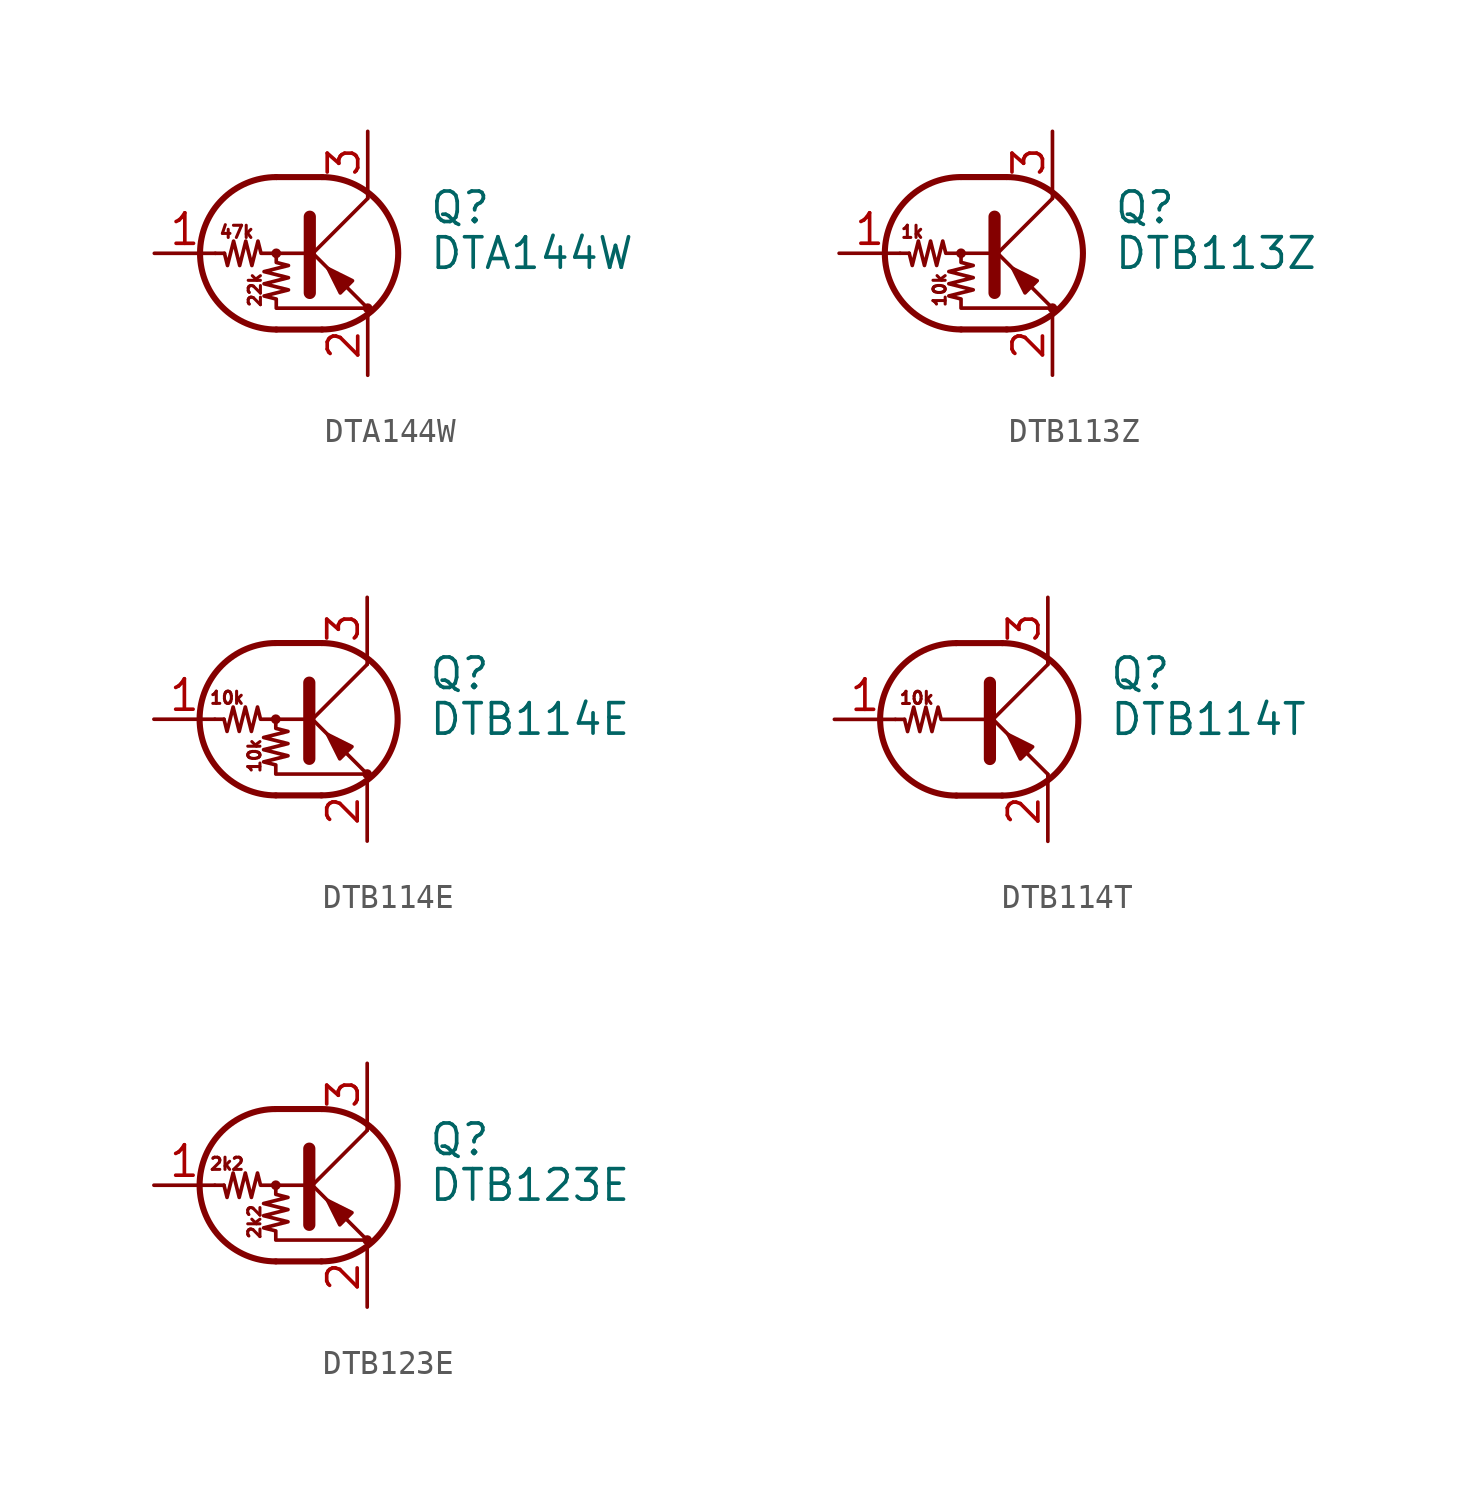
<source format=kicad_sym>
(kicad_symbol_lib
  (version 20201005)
  (generator kicad_symbol_editor)
  (symbol "Transistor_BJT:DTA144W"
    (pin_names
      (offset 0) hide)
    (property "Reference" "Q"
      (at 5.08 1.905 0)
      (effects (font (size 1.27 1.27)) (justify left)))
    (property "Value" "DTA144W"
      (at 5.08 0 0)
      (effects (font (size 1.27 1.27)) (justify left)))
    (symbol "DTA144W_0_0"
      (text "22k" (at -2.159 -1.524 900) (effects (font (size 0.508 0.508))))
      (text "47k" (at -2.921 0.889 0) (effects (font (size 0.508 0.508)))))
    (symbol "DTA144W_0_1"
      (arc (start -1.27 3.175) (end -1.27 -3.175) (radius (at -1.27 0) (length 3.175) (angles 90.1 -90.1)) (stroke (width 0.254)) (fill (type none)))
      (arc (start 0.635 -3.175) (end 0.635 3.175) (radius (at 0.635 0) (length 3.175) (angles -89.9 89.9)) (stroke (width 0.254)) (fill (type none)))
      (circle (center -1.27 0) (radius 0.127) (stroke (width 0)) (fill (type none)))
      (circle (center 2.54 -2.286) (radius 0.127) (stroke (width 0)) (fill (type none)))
      (polyline (pts (xy -3.429 0) (xy -3.81 0)) (stroke (width 0)) (fill (type none)))
      (polyline (pts (xy -1.27 -3.175) (xy 0.635 -3.175)) (stroke (width 0.254)) (fill (type none)))
      (polyline (pts (xy -1.27 3.175) (xy 0.635 3.175)) (stroke (width 0.254)) (fill (type none)))
      (polyline (pts (xy 0 -0.254) (xy 2.54 2.286)) (stroke (width 0)) (fill (type none)))
      (polyline (pts (xy 0.127 1.524) (xy 0.127 -1.651)) (stroke (width 0.508)) (fill (type outline)))
      (polyline (pts (xy 2.54 2.286) (xy 2.54 2.54)) (stroke (width 0)) (fill (type none)))
      (polyline (pts (xy 2.54 -2.286) (xy 0 0.254) (xy 0 0.254)) (stroke (width 0)) (fill (type none)))
      (polyline (pts (xy 1.397 -1.651) (xy 1.905 -1.143) (xy 0.889 -0.635) (xy 1.397 -1.651)) (stroke (width 0)) (fill (type outline)))
      (polyline (pts (xy 0 0) (xy -1.905 0) (xy -2.032 0.508) (xy -2.286 -0.508) (xy -2.54 0.508) (xy -2.794 -0.508) (xy -3.048 0.508) (xy -3.302 -0.508) (xy -3.429 0)) (stroke (width 0)) (fill (type none)))
      (polyline (pts (xy -1.27 0) (xy -1.27 -0.381) (xy -0.762 -0.508) (xy -1.778 -0.762) (xy -0.762 -1.016) (xy -1.778 -1.27) (xy -0.762 -1.524) (xy -1.778 -1.778) (xy -1.27 -1.905) (xy -1.27 -2.286) (xy 2.54 -2.286)) (stroke (width 0)) (fill (type none))))
    (symbol "DTA144W_1_1"
      (pin input line (at -6.35 0 0) (length 2.54) (name "B" (effects (font (size 1.27 1.27)))) (number "1" (effects (font (size 1.27 1.27)))))
      (pin passive line (at 2.54 -5.08 90) (length 2.54) (name "E" (effects (font (size 1.27 1.27)))) (number "2" (effects (font (size 1.27 1.27)))))
      (pin passive line (at 2.54 5.08 270) (length 2.54) (name "C" (effects (font (size 1.27 1.27)))) (number "3" (effects (font (size 1.27 1.27)))))))
  (symbol "Transistor_BJT:DTB113Z"
    (pin_names
      (offset 0) hide)
    (property "Reference" "Q"
      (at 5.08 1.905 0)
      (effects (font (size 1.27 1.27)) (justify left)))
    (property "Value" "DTB113Z"
      (at 5.08 0 0)
      (effects (font (size 1.27 1.27)) (justify left)))
    (symbol "DTB113Z_0_0"
      (text "10k" (at -2.159 -1.524 900) (effects (font (size 0.508 0.508))))
      (text "1k" (at -3.302 0.889 0) (effects (font (size 0.508 0.508)))))
    (symbol "DTB113Z_0_1"
      (arc (start -1.27 3.175) (end -1.27 -3.175) (radius (at -1.27 0) (length 3.175) (angles 90.1 -90.1)) (stroke (width 0.254)) (fill (type none)))
      (arc (start 0.635 -3.175) (end 0.635 3.175) (radius (at 0.635 0) (length 3.175) (angles -89.9 89.9)) (stroke (width 0.254)) (fill (type none)))
      (circle (center -1.27 0) (radius 0.127) (stroke (width 0)) (fill (type none)))
      (circle (center 2.54 -2.286) (radius 0.127) (stroke (width 0)) (fill (type none)))
      (polyline (pts (xy -3.429 0) (xy -3.81 0)) (stroke (width 0)) (fill (type none)))
      (polyline (pts (xy -1.27 -3.175) (xy 0.635 -3.175)) (stroke (width 0.254)) (fill (type none)))
      (polyline (pts (xy -1.27 3.175) (xy 0.635 3.175)) (stroke (width 0.254)) (fill (type none)))
      (polyline (pts (xy 0 -0.254) (xy 2.54 2.286)) (stroke (width 0)) (fill (type none)))
      (polyline (pts (xy 0.127 1.524) (xy 0.127 -1.651)) (stroke (width 0.508)) (fill (type outline)))
      (polyline (pts (xy 2.54 2.286) (xy 2.54 2.54)) (stroke (width 0)) (fill (type none)))
      (polyline (pts (xy 2.54 -2.286) (xy 0 0.254) (xy 0 0.254)) (stroke (width 0)) (fill (type none)))
      (polyline (pts (xy 1.397 -1.651) (xy 1.905 -1.143) (xy 0.889 -0.635) (xy 1.397 -1.651)) (stroke (width 0)) (fill (type outline)))
      (polyline (pts (xy 0 0) (xy -1.905 0) (xy -2.032 0.508) (xy -2.286 -0.508) (xy -2.54 0.508) (xy -2.794 -0.508) (xy -3.048 0.508) (xy -3.302 -0.508) (xy -3.429 0)) (stroke (width 0)) (fill (type none)))
      (polyline (pts (xy -1.27 0) (xy -1.27 -0.381) (xy -0.762 -0.508) (xy -1.778 -0.762) (xy -0.762 -1.016) (xy -1.778 -1.27) (xy -0.762 -1.524) (xy -1.778 -1.778) (xy -1.27 -1.905) (xy -1.27 -2.286) (xy 2.54 -2.286)) (stroke (width 0)) (fill (type none))))
    (symbol "DTB113Z_1_1"
      (pin input line (at -6.35 0 0) (length 2.54) (name "B" (effects (font (size 1.27 1.27)))) (number "1" (effects (font (size 1.27 1.27)))))
      (pin passive line (at 2.54 -5.08 90) (length 2.54) (name "E" (effects (font (size 1.27 1.27)))) (number "2" (effects (font (size 1.27 1.27)))))
      (pin passive line (at 2.54 5.08 270) (length 2.54) (name "C" (effects (font (size 1.27 1.27)))) (number "3" (effects (font (size 1.27 1.27)))))))
  (symbol "Transistor_BJT:DTB114E"
    (pin_names
      (offset 0) hide)
    (property "Reference" "Q"
      (at 5.08 1.905 0)
      (effects (font (size 1.27 1.27)) (justify left)))
    (property "Value" "DTB114E"
      (at 5.08 0 0)
      (effects (font (size 1.27 1.27)) (justify left)))
    (symbol "DTB114E_0_0"
      (text "10k" (at -3.302 0.889 0) (effects (font (size 0.508 0.508))))
      (text "10k" (at -2.159 -1.524 900) (effects (font (size 0.508 0.508)))))
    (symbol "DTB114E_0_1"
      (arc (start -1.27 3.175) (end -1.27 -3.175) (radius (at -1.27 0) (length 3.175) (angles 90.1 -90.1)) (stroke (width 0.254)) (fill (type none)))
      (arc (start 0.635 -3.175) (end 0.635 3.175) (radius (at 0.635 0) (length 3.175) (angles -89.9 89.9)) (stroke (width 0.254)) (fill (type none)))
      (circle (center -1.27 0) (radius 0.127) (stroke (width 0)) (fill (type none)))
      (circle (center 2.54 -2.286) (radius 0.127) (stroke (width 0)) (fill (type none)))
      (polyline (pts (xy -3.429 0) (xy -3.81 0)) (stroke (width 0)) (fill (type none)))
      (polyline (pts (xy -1.27 -3.175) (xy 0.635 -3.175)) (stroke (width 0.254)) (fill (type none)))
      (polyline (pts (xy -1.27 3.175) (xy 0.635 3.175)) (stroke (width 0.254)) (fill (type none)))
      (polyline (pts (xy 0 -0.254) (xy 2.54 2.286)) (stroke (width 0)) (fill (type none)))
      (polyline (pts (xy 0.127 1.524) (xy 0.127 -1.651)) (stroke (width 0.508)) (fill (type outline)))
      (polyline (pts (xy 2.54 2.286) (xy 2.54 2.54)) (stroke (width 0)) (fill (type none)))
      (polyline (pts (xy 2.54 -2.286) (xy 0 0.254) (xy 0 0.254)) (stroke (width 0)) (fill (type none)))
      (polyline (pts (xy 1.397 -1.651) (xy 1.905 -1.143) (xy 0.889 -0.635) (xy 1.397 -1.651)) (stroke (width 0)) (fill (type outline)))
      (polyline (pts (xy 0 0) (xy -1.905 0) (xy -2.032 0.508) (xy -2.286 -0.508) (xy -2.54 0.508) (xy -2.794 -0.508) (xy -3.048 0.508) (xy -3.302 -0.508) (xy -3.429 0)) (stroke (width 0)) (fill (type none)))
      (polyline (pts (xy -1.27 0) (xy -1.27 -0.381) (xy -0.762 -0.508) (xy -1.778 -0.762) (xy -0.762 -1.016) (xy -1.778 -1.27) (xy -0.762 -1.524) (xy -1.778 -1.778) (xy -1.27 -1.905) (xy -1.27 -2.286) (xy 2.54 -2.286)) (stroke (width 0)) (fill (type none))))
    (symbol "DTB114E_1_1"
      (pin input line (at -6.35 0 0) (length 2.54) (name "B" (effects (font (size 1.27 1.27)))) (number "1" (effects (font (size 1.27 1.27)))))
      (pin passive line (at 2.54 -5.08 90) (length 2.54) (name "E" (effects (font (size 1.27 1.27)))) (number "2" (effects (font (size 1.27 1.27)))))
      (pin passive line (at 2.54 5.08 270) (length 2.54) (name "C" (effects (font (size 1.27 1.27)))) (number "3" (effects (font (size 1.27 1.27)))))))
  (symbol "Transistor_BJT:DTB114T"
    (pin_names
      (offset 0) hide)
    (property "Reference" "Q"
      (at 5.08 1.905 0)
      (effects (font (size 1.27 1.27)) (justify left)))
    (property "Value" "DTB114T"
      (at 5.08 0 0)
      (effects (font (size 1.27 1.27)) (justify left)))
    (symbol "DTB114T_0_0"
      (text "10k" (at -2.921 0.889 0) (effects (font (size 0.508 0.508))))
      (polyline (pts (xy 2.54 -2.286) (xy 2.54 -2.54)) (stroke (width 0)) (fill (type none))))
    (symbol "DTB114T_0_1"
      (arc (start -1.27 3.175) (end -1.27 -3.175) (radius (at -1.27 0) (length 3.175) (angles 90.1 -90.1)) (stroke (width 0.254)) (fill (type none)))
      (arc (start 0.635 -3.175) (end 0.635 3.175) (radius (at 0.635 0) (length 3.175) (angles -89.9 89.9)) (stroke (width 0.254)) (fill (type none)))
      (polyline (pts (xy -3.429 0) (xy -3.81 0)) (stroke (width 0)) (fill (type none)))
      (polyline (pts (xy -1.27 -3.175) (xy 0.635 -3.175)) (stroke (width 0.254)) (fill (type none)))
      (polyline (pts (xy -1.27 3.175) (xy 0.635 3.175)) (stroke (width 0.254)) (fill (type none)))
      (polyline (pts (xy 0 -0.254) (xy 2.54 2.286)) (stroke (width 0)) (fill (type none)))
      (polyline (pts (xy 0.127 1.524) (xy 0.127 -1.651)) (stroke (width 0.508)) (fill (type outline)))
      (polyline (pts (xy 2.54 2.286) (xy 2.54 2.54)) (stroke (width 0)) (fill (type none)))
      (polyline (pts (xy 2.54 -2.286) (xy 0 0.254) (xy 0 0.254)) (stroke (width 0)) (fill (type none)))
      (polyline (pts (xy 1.397 -1.651) (xy 1.905 -1.143) (xy 0.889 -0.635) (xy 1.397 -1.651)) (stroke (width 0)) (fill (type outline)))
      (polyline (pts (xy 0 0) (xy -1.905 0) (xy -2.032 0.508) (xy -2.286 -0.508) (xy -2.54 0.508) (xy -2.794 -0.508) (xy -3.048 0.508) (xy -3.302 -0.508) (xy -3.429 0)) (stroke (width 0)) (fill (type none))))
    (symbol "DTB114T_1_1"
      (pin input line (at -6.35 0 0) (length 2.54) (name "B" (effects (font (size 1.27 1.27)))) (number "1" (effects (font (size 1.27 1.27)))))
      (pin passive line (at 2.54 -5.08 90) (length 2.54) (name "E" (effects (font (size 1.27 1.27)))) (number "2" (effects (font (size 1.27 1.27)))))
      (pin passive line (at 2.54 5.08 270) (length 2.54) (name "C" (effects (font (size 1.27 1.27)))) (number "3" (effects (font (size 1.27 1.27)))))))
  (symbol "Transistor_BJT:DTB123E"
    (pin_names
      (offset 0) hide)
    (property "Reference" "Q"
      (at 5.08 1.905 0)
      (effects (font (size 1.27 1.27)) (justify left)))
    (property "Value" "DTB123E"
      (at 5.08 0 0)
      (effects (font (size 1.27 1.27)) (justify left)))
    (symbol "DTB123E_0_0"
      (text "2k2" (at -3.302 0.889 0) (effects (font (size 0.508 0.508))))
      (text "2k2" (at -2.159 -1.524 900) (effects (font (size 0.508 0.508)))))
    (symbol "DTB123E_0_1"
      (arc (start -1.27 3.175) (end -1.27 -3.175) (radius (at -1.27 0) (length 3.175) (angles 90.1 -90.1)) (stroke (width 0.254)) (fill (type none)))
      (arc (start 0.635 -3.175) (end 0.635 3.175) (radius (at 0.635 0) (length 3.175) (angles -89.9 89.9)) (stroke (width 0.254)) (fill (type none)))
      (circle (center -1.27 0) (radius 0.127) (stroke (width 0)) (fill (type none)))
      (circle (center 2.54 -2.286) (radius 0.127) (stroke (width 0)) (fill (type none)))
      (polyline (pts (xy -3.429 0) (xy -3.81 0)) (stroke (width 0)) (fill (type none)))
      (polyline (pts (xy -1.27 -3.175) (xy 0.635 -3.175)) (stroke (width 0.254)) (fill (type none)))
      (polyline (pts (xy -1.27 3.175) (xy 0.635 3.175)) (stroke (width 0.254)) (fill (type none)))
      (polyline (pts (xy 0 -0.254) (xy 2.54 2.286)) (stroke (width 0)) (fill (type none)))
      (polyline (pts (xy 0.127 1.524) (xy 0.127 -1.651)) (stroke (width 0.508)) (fill (type outline)))
      (polyline (pts (xy 2.54 2.286) (xy 2.54 2.54)) (stroke (width 0)) (fill (type none)))
      (polyline (pts (xy 2.54 -2.286) (xy 0 0.254) (xy 0 0.254)) (stroke (width 0)) (fill (type none)))
      (polyline (pts (xy 1.397 -1.651) (xy 1.905 -1.143) (xy 0.889 -0.635) (xy 1.397 -1.651)) (stroke (width 0)) (fill (type outline)))
      (polyline (pts (xy 0 0) (xy -1.905 0) (xy -2.032 0.508) (xy -2.286 -0.508) (xy -2.54 0.508) (xy -2.794 -0.508) (xy -3.048 0.508) (xy -3.302 -0.508) (xy -3.429 0)) (stroke (width 0)) (fill (type none)))
      (polyline (pts (xy -1.27 0) (xy -1.27 -0.381) (xy -0.762 -0.508) (xy -1.778 -0.762) (xy -0.762 -1.016) (xy -1.778 -1.27) (xy -0.762 -1.524) (xy -1.778 -1.778) (xy -1.27 -1.905) (xy -1.27 -2.286) (xy 2.54 -2.286)) (stroke (width 0)) (fill (type none))))
    (symbol "DTB123E_1_1"
      (pin input line (at -6.35 0 0) (length 2.54) (name "B" (effects (font (size 1.27 1.27)))) (number "1" (effects (font (size 1.27 1.27)))))
      (pin passive line (at 2.54 -5.08 90) (length 2.54) (name "E" (effects (font (size 1.27 1.27)))) (number "2" (effects (font (size 1.27 1.27)))))
      (pin passive line (at 2.54 5.08 270) (length 2.54) (name "C" (effects (font (size 1.27 1.27)))) (number "3" (effects (font (size 1.27 1.27))))))))
</source>
